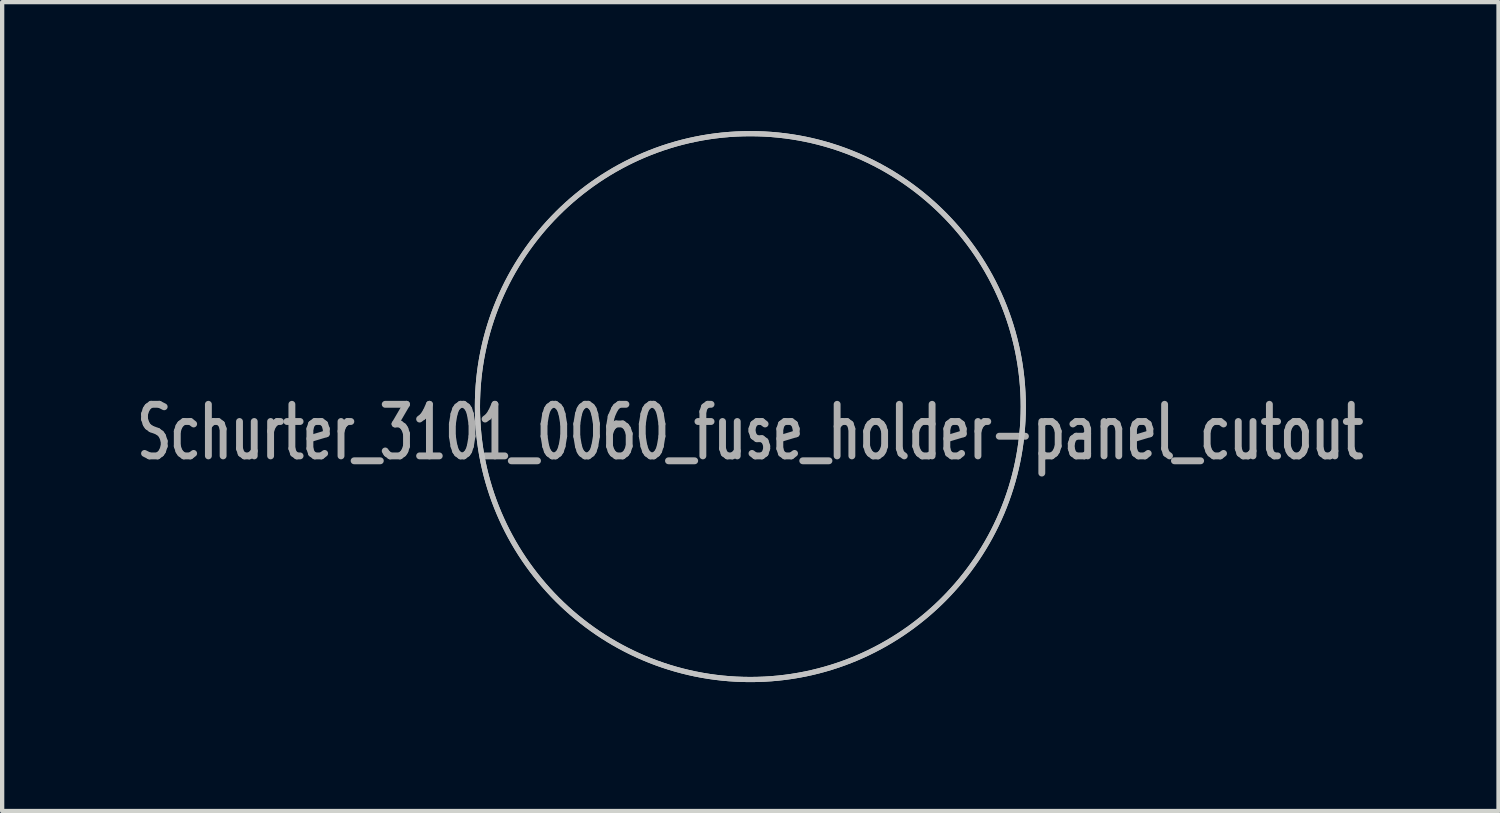
<source format=kicad_pcb>
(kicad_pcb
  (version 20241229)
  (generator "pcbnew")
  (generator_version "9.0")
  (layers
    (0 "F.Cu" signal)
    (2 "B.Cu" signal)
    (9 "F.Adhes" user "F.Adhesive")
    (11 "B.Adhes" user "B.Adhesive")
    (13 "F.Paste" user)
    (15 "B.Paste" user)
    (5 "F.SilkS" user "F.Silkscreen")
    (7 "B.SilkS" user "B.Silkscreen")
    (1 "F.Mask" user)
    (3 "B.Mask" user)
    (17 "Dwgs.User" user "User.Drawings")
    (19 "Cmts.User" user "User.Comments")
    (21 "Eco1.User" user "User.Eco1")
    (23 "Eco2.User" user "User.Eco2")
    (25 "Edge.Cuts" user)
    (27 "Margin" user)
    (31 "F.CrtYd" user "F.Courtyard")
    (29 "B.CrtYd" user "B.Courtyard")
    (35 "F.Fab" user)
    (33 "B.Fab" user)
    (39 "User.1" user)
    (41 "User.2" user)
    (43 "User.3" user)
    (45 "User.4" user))
  (footprint "Schurter_3101_0060_fuse_holder-panel_cutout"
    (layer "F.Cu")
    (at 14.408 6.41)
    (property "Reference" "Schurter_3101_0060_fuse_holder-panel_cutout" (at 0 0.6 0) (layer "F.Fab") (effects (font (size 1.2 0.8) (thickness 0.16))))
    (attr through_hole)
    (fp_circle (center 0 0) (end 6.35 0) (stroke (width 0.12) (type solid)) (fill no) (layer "Dwgs.User"))
    (fp_circle (center 0 0) (end 6.35 0) (stroke (width 0.12) (type solid)) (fill no) (layer "Edge.Cuts")))
  (gr_rect
    (start -3 -3)
    (end 31.815 15.82)
    (stroke (width 0.1) (type default))
    (fill no)
    (layer "Edge.Cuts")))
</source>
